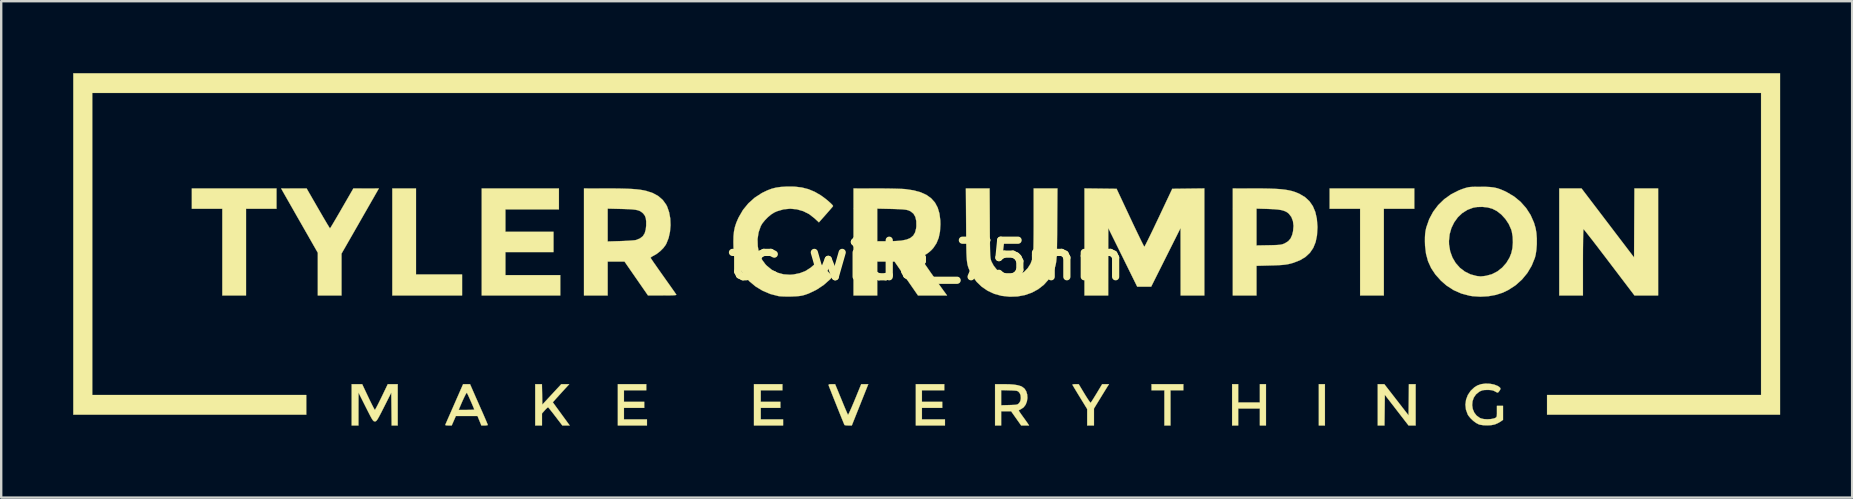
<source format=kicad_pcb>
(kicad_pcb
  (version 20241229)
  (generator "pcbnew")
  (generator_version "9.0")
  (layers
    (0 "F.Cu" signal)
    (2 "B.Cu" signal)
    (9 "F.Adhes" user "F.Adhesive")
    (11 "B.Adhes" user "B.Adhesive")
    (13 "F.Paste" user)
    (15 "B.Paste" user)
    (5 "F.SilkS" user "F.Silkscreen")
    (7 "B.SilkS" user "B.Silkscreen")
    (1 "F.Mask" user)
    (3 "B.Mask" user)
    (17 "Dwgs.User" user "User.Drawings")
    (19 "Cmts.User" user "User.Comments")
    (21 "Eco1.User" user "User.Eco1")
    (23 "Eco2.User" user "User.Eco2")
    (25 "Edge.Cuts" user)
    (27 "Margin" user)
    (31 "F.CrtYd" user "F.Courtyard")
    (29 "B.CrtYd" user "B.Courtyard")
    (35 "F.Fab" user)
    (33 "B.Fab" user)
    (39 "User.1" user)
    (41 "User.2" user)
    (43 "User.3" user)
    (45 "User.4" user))
  (footprint "tc_wide_75mm"
    (layer "F.Cu")
    (at 35.565 7.794)
    (property "Reference" "tc_wide_75mm" (at 0 0 0) (layer "F.SilkS") (effects (font (size 1.524 1.524) (thickness 0.3))))
    (attr through_hole)
    (fp_poly (pts (xy 16.595 6.886) (xy 16.341 6.886) (xy 16.341 5.165) (xy 16.595 5.165) (xy 16.595 6.886)) (stroke (width 0.01) (type solid)) (fill yes) (layer "F.SilkS"))
    (fp_poly (pts (xy -21.28 0.593) (xy -19.36 0.593) (xy -19.36 1.468) (xy -22.267 1.468) (xy -22.267 -2.992) (xy -21.28 -2.992) (xy -21.28 0.593)) (stroke (width 0.01) (type solid)) (fill yes) (layer "F.SilkS"))
    (fp_poly (pts (xy -27.093 -2.145) (xy -28.363 -2.145) (xy -28.363 1.468) (xy -29.351 1.468) (xy -29.351 -2.145) (xy -30.621 -2.145) (xy -30.621 -2.992) (xy -27.093 -2.992) (xy -27.093 -2.145)) (stroke (width 0.01) (type solid)) (fill yes) (layer "F.SilkS"))
    (fp_poly (pts (xy 10.696 5.419) (xy 10.16 5.419) (xy 10.16 6.886) (xy 9.906 6.886) (xy 9.906 5.419) (xy 9.37 5.419) (xy 9.37 5.165) (xy 10.696 5.165) (xy 10.696 5.419)) (stroke (width 0.01) (type solid)) (fill yes) (layer "F.SilkS"))
    (fp_poly (pts (xy 20.32 -2.145) (xy 19.05 -2.145) (xy 19.05 1.468) (xy 18.062 1.468) (xy 18.062 -2.145) (xy 16.792 -2.145) (xy 16.792 -2.992) (xy 20.32 -2.992) (xy 20.32 -2.145)) (stroke (width 0.01) (type solid)) (fill yes) (layer "F.SilkS"))
    (fp_poly (pts (xy -15.325 -2.117) (xy -17.554 -2.117) (xy -17.554 -1.185) (xy -15.55 -1.185) (xy -15.55 -0.339) (xy -17.554 -0.339) (xy -17.554 0.621) (xy -15.268 0.621) (xy -15.268 1.468) (xy -18.542 1.468) (xy -18.542 -2.992) (xy -15.325 -2.992) (xy -15.325 -2.117)) (stroke (width 0.01) (type solid)) (fill yes) (layer "F.SilkS"))
    (fp_poly (pts (xy -11.684 5.419) (xy -12.615 5.419) (xy -12.615 5.898) (xy -11.769 5.898) (xy -11.769 6.152) (xy -12.615 6.152) (xy -12.615 6.632) (xy -11.656 6.632) (xy -11.656 6.886) (xy -12.869 6.886) (xy -12.869 5.165) (xy -11.684 5.165) (xy -11.684 5.419)) (stroke (width 0.01) (type solid)) (fill yes) (layer "F.SilkS"))
    (fp_poly (pts (xy -6.011 5.419) (xy -6.914 5.419) (xy -6.914 5.898) (xy -6.096 5.898) (xy -6.096 6.152) (xy -6.914 6.152) (xy -6.914 6.632) (xy -5.983 6.632) (xy -5.983 6.886) (xy -7.197 6.886) (xy -7.197 5.165) (xy -6.011 5.165) (xy -6.011 5.419)) (stroke (width 0.01) (type solid)) (fill yes) (layer "F.SilkS"))
    (fp_poly (pts (xy 0.734 5.419) (xy -0.198 5.419) (xy -0.198 5.898) (xy 0.649 5.898) (xy 0.649 6.152) (xy -0.198 6.152) (xy -0.198 6.632) (xy 0.762 6.632) (xy 0.762 6.886) (xy -0.452 6.886) (xy -0.452 5.165) (xy 0.734 5.165) (xy 0.734 5.419)) (stroke (width 0.01) (type solid)) (fill yes) (layer "F.SilkS"))
    (fp_poly (pts (xy 12.982 5.927) (xy 13.885 5.927) (xy 13.885 5.165) (xy 14.139 5.165) (xy 14.139 6.886) (xy 13.885 6.886) (xy 13.885 6.181) (xy 12.982 6.181) (xy 12.982 6.886) (xy 12.728 6.886) (xy 12.728 5.165) (xy 12.982 5.165) (xy 12.982 5.927)) (stroke (width 0.01) (type solid)) (fill yes) (layer "F.SilkS"))
    (fp_poly (pts (xy 35.56 6.435) (xy 25.852 6.435) (xy 25.852 5.616) (xy 34.77 5.616) (xy 34.77 -6.971) (xy -34.77 -6.971) (xy -34.77 5.616) (xy -25.852 5.616) (xy -25.852 6.435) (xy -35.56 6.435) (xy -35.56 -7.789) (xy 35.56 -7.789) (xy 35.56 6.435)) (stroke (width 0.01) (type solid)) (fill yes) (layer "F.SilkS"))
    (fp_poly (pts (xy 19.575 5.814) (xy 20.08 6.464) (xy 20.088 5.814) (xy 20.095 5.165) (xy 20.376 5.165) (xy 20.376 6.886) (xy 20.228 6.886) (xy 20.08 6.886) (xy 19.092 5.608) (xy 19.085 6.247) (xy 19.077 6.886) (xy 18.796 6.886) (xy 18.796 5.165) (xy 19.071 5.165) (xy 19.575 5.814)) (stroke (width 0.01) (type solid)) (fill yes) (layer "F.SilkS"))
    (fp_poly (pts (xy -16.024 5.59) (xy -16.016 6.016) (xy -15.621 5.59) (xy -15.227 5.165) (xy -14.895 5.165) (xy -15.103 5.392) (xy -15.206 5.505) (xy -15.312 5.622) (xy -15.405 5.725) (xy -15.445 5.769) (xy -15.579 5.92) (xy -14.875 6.886) (xy -15.182 6.886) (xy -15.468 6.512) (xy -15.564 6.387) (xy -15.649 6.279) (xy -15.717 6.195) (xy -15.761 6.143) (xy -15.775 6.13) (xy -15.804 6.145) (xy -15.857 6.193) (xy -15.914 6.254) (xy -16.03 6.386) (xy -16.03 6.886) (xy -16.312 6.886) (xy -16.312 5.165) (xy -16.032 5.165) (xy -16.024 5.59)) (stroke (width 0.01) (type solid)) (fill yes) (layer "F.SilkS"))
    (fp_poly (pts (xy 28.383 -1.554) (xy 29.478 -0.116) (xy 29.485 -1.554) (xy 29.493 -2.992) (xy 30.48 -2.992) (xy 30.48 1.468) (xy 29.495 1.468) (xy 28.444 0.085) (xy 28.258 -0.16) (xy 28.081 -0.391) (xy 27.918 -0.605) (xy 27.77 -0.797) (xy 27.64 -0.963) (xy 27.533 -1.1) (xy 27.45 -1.204) (xy 27.395 -1.272) (xy 27.371 -1.298) (xy 27.371 -1.298) (xy 27.366 -1.271) (xy 27.362 -1.193) (xy 27.358 -1.069) (xy 27.354 -0.904) (xy 27.352 -0.705) (xy 27.349 -0.477) (xy 27.348 -0.224) (xy 27.347 0.047) (xy 27.347 0.085) (xy 27.347 1.468) (xy 26.36 1.468) (xy 26.36 -2.992) (xy 27.288 -2.992) (xy 28.383 -1.554)) (stroke (width 0.01) (type solid)) (fill yes) (layer "F.SilkS"))
    (fp_poly (pts (xy 7.554 5.232) (xy 7.525 5.278) (xy 7.473 5.362) (xy 7.402 5.477) (xy 7.319 5.612) (xy 7.24 5.741) (xy 6.971 6.181) (xy 6.971 6.886) (xy 6.689 6.886) (xy 6.689 6.202) (xy 6.385 5.706) (xy 6.293 5.556) (xy 6.212 5.422) (xy 6.145 5.311) (xy 6.098 5.231) (xy 6.074 5.191) (xy 6.072 5.187) (xy 6.092 5.174) (xy 6.152 5.166) (xy 6.199 5.165) (xy 6.336 5.165) (xy 6.573 5.559) (xy 6.654 5.69) (xy 6.726 5.801) (xy 6.783 5.884) (xy 6.821 5.931) (xy 6.833 5.939) (xy 6.855 5.911) (xy 6.9 5.843) (xy 6.962 5.744) (xy 7.037 5.622) (xy 7.084 5.545) (xy 7.313 5.165) (xy 7.598 5.165) (xy 7.554 5.232)) (stroke (width 0.01) (type solid)) (fill yes) (layer "F.SilkS"))
    (fp_poly (pts (xy 11.571 1.468) (xy 10.583 1.468) (xy 10.582 0.064) (xy 10.58 -1.341) (xy 9.968 -0.12) (xy 9.356 1.101) (xy 8.773 1.101) (xy 8.171 -0.12) (xy 7.568 -1.341) (xy 7.566 0.064) (xy 7.564 1.468) (xy 6.576 1.468) (xy 6.576 -2.993) (xy 7.245 -2.985) (xy 7.915 -2.977) (xy 8.48 -1.772) (xy 8.594 -1.529) (xy 8.702 -1.302) (xy 8.801 -1.096) (xy 8.888 -0.917) (xy 8.96 -0.769) (xy 9.017 -0.658) (xy 9.054 -0.587) (xy 9.07 -0.564) (xy 9.087 -0.588) (xy 9.125 -0.658) (xy 9.182 -0.77) (xy 9.255 -0.918) (xy 9.343 -1.097) (xy 9.442 -1.302) (xy 9.55 -1.529) (xy 9.664 -1.769) (xy 10.234 -2.977) (xy 10.902 -2.985) (xy 11.571 -2.993) (xy 11.571 1.468)) (stroke (width 0.01) (type solid)) (fill yes) (layer "F.SilkS"))
    (fp_poly (pts (xy -22.92 -2.829) (xy -22.953 -2.772) (xy -23.01 -2.672) (xy -23.089 -2.534) (xy -23.187 -2.363) (xy -23.3 -2.166) (xy -23.425 -1.948) (xy -23.559 -1.714) (xy -23.698 -1.47) (xy -24.384 -0.274) (xy -24.384 1.468) (xy -25.372 1.468) (xy -25.372 -0.311) (xy -26.101 -1.588) (xy -26.243 -1.835) (xy -26.376 -2.069) (xy -26.499 -2.285) (xy -26.609 -2.478) (xy -26.703 -2.643) (xy -26.778 -2.775) (xy -26.831 -2.869) (xy -26.86 -2.921) (xy -26.864 -2.928) (xy -26.898 -2.992) (xy -26.368 -2.991) (xy -25.837 -2.99) (xy -25.358 -2.158) (xy -25.244 -1.962) (xy -25.14 -1.782) (xy -25.047 -1.625) (xy -24.97 -1.495) (xy -24.911 -1.399) (xy -24.875 -1.341) (xy -24.864 -1.327) (xy -24.847 -1.351) (xy -24.805 -1.418) (xy -24.742 -1.523) (xy -24.661 -1.66) (xy -24.565 -1.823) (xy -24.458 -2.007) (xy -24.37 -2.16) (xy -23.89 -2.991) (xy -22.828 -2.992) (xy -22.92 -2.829)) (stroke (width 0.01) (type solid)) (fill yes) (layer "F.SilkS"))
    (fp_poly (pts (xy -22.042 6.886) (xy -22.295 6.886) (xy -22.302 6.202) (xy -22.31 5.517) (xy -22.613 6.117) (xy -22.709 6.307) (xy -22.784 6.451) (xy -22.842 6.558) (xy -22.885 6.631) (xy -22.919 6.678) (xy -22.946 6.704) (xy -22.971 6.715) (xy -22.994 6.717) (xy -23.02 6.714) (xy -23.045 6.702) (xy -23.073 6.674) (xy -23.107 6.625) (xy -23.152 6.548) (xy -23.211 6.438) (xy -23.287 6.289) (xy -23.374 6.117) (xy -23.675 5.517) (xy -23.677 6.202) (xy -23.678 6.886) (xy -23.961 6.886) (xy -23.961 5.165) (xy -23.742 5.165) (xy -23.523 5.165) (xy -23.269 5.701) (xy -23.193 5.86) (xy -23.123 6.001) (xy -23.065 6.115) (xy -23.022 6.195) (xy -22.997 6.234) (xy -22.994 6.237) (xy -22.976 6.213) (xy -22.938 6.145) (xy -22.883 6.041) (xy -22.816 5.908) (xy -22.74 5.755) (xy -22.714 5.701) (xy -22.456 5.165) (xy -22.042 5.165) (xy -22.042 6.886)) (stroke (width 0.01) (type solid)) (fill yes) (layer "F.SilkS"))
    (fp_poly (pts (xy -3.73 5.369) (xy -3.689 5.469) (xy -3.633 5.606) (xy -3.567 5.765) (xy -3.499 5.93) (xy -3.472 5.997) (xy -3.412 6.141) (xy -3.358 6.267) (xy -3.315 6.365) (xy -3.287 6.425) (xy -3.278 6.44) (xy -3.263 6.421) (xy -3.23 6.356) (xy -3.181 6.252) (xy -3.121 6.116) (xy -3.053 5.955) (xy -2.993 5.812) (xy -2.728 5.165) (xy -2.433 5.165) (xy -2.776 6.025) (xy -3.119 6.885) (xy -3.265 6.886) (xy -3.35 6.882) (xy -3.409 6.873) (xy -3.425 6.865) (xy -3.439 6.833) (xy -3.471 6.756) (xy -3.517 6.643) (xy -3.575 6.5) (xy -3.641 6.337) (xy -3.712 6.16) (xy -3.784 5.978) (xy -3.856 5.799) (xy -3.923 5.631) (xy -3.982 5.48) (xy -4.031 5.356) (xy -4.066 5.266) (xy -4.084 5.218) (xy -4.085 5.214) (xy -4.085 5.185) (xy -4.057 5.17) (xy -3.989 5.165) (xy -3.957 5.165) (xy -3.815 5.165) (xy -3.73 5.369)) (stroke (width 0.01) (type solid)) (fill yes) (layer "F.SilkS"))
    (fp_poly (pts (xy 3.453 5.169) (xy 3.646 5.184) (xy 3.801 5.21) (xy 3.926 5.248) (xy 3.967 5.266) (xy 4.074 5.346) (xy 4.148 5.459) (xy 4.189 5.595) (xy 4.199 5.741) (xy 4.176 5.887) (xy 4.123 6.022) (xy 4.039 6.132) (xy 3.926 6.208) (xy 3.923 6.209) (xy 3.865 6.238) (xy 3.838 6.262) (xy 3.838 6.264) (xy 3.854 6.294) (xy 3.896 6.358) (xy 3.958 6.446) (xy 4.004 6.51) (xy 4.081 6.616) (xy 4.15 6.713) (xy 4.202 6.786) (xy 4.219 6.811) (xy 4.268 6.886) (xy 4.103 6.886) (xy 3.937 6.885) (xy 3.519 6.294) (xy 3.104 6.294) (xy 3.104 6.886) (xy 2.85 6.886) (xy 2.85 6.044) (xy 3.104 6.044) (xy 3.446 6.035) (xy 3.59 6.03) (xy 3.689 6.025) (xy 3.754 6.015) (xy 3.796 6) (xy 3.828 5.976) (xy 3.855 5.946) (xy 3.902 5.872) (xy 3.921 5.781) (xy 3.923 5.729) (xy 3.913 5.622) (xy 3.879 5.544) (xy 3.855 5.512) (xy 3.824 5.479) (xy 3.792 5.456) (xy 3.747 5.441) (xy 3.678 5.433) (xy 3.575 5.427) (xy 3.446 5.423) (xy 3.104 5.414) (xy 3.104 6.044) (xy 2.85 6.044) (xy 2.85 5.165) (xy 3.213 5.165) (xy 3.453 5.169)) (stroke (width 0.01) (type solid)) (fill yes) (layer "F.SilkS"))
    (fp_poly (pts (xy -18.907 5.44) (xy -18.858 5.552) (xy -18.792 5.703) (xy -18.714 5.879) (xy -18.631 6.068) (xy -18.548 6.256) (xy -18.537 6.279) (xy -18.464 6.445) (xy -18.4 6.594) (xy -18.347 6.717) (xy -18.309 6.808) (xy -18.29 6.858) (xy -18.288 6.865) (xy -18.313 6.877) (xy -18.378 6.885) (xy -18.422 6.886) (xy -18.556 6.886) (xy -18.718 6.491) (xy -19.618 6.491) (xy -19.705 6.689) (xy -19.792 6.886) (xy -19.931 6.886) (xy -20.009 6.882) (xy -20.055 6.871) (xy -20.061 6.862) (xy -20.048 6.832) (xy -20.015 6.756) (xy -19.965 6.64) (xy -19.9 6.493) (xy -19.823 6.318) (xy -19.788 6.237) (xy -19.502 6.237) (xy -19.177 6.237) (xy -19.05 6.236) (xy -18.945 6.232) (xy -18.876 6.227) (xy -18.852 6.221) (xy -18.863 6.188) (xy -18.893 6.116) (xy -18.935 6.016) (xy -18.985 5.901) (xy -19.037 5.784) (xy -19.086 5.675) (xy -19.127 5.588) (xy -19.154 5.534) (xy -19.161 5.523) (xy -19.18 5.539) (xy -19.218 5.603) (xy -19.272 5.711) (xy -19.341 5.859) (xy -19.421 6.044) (xy -19.464 6.145) (xy -19.502 6.237) (xy -19.788 6.237) (xy -19.738 6.124) (xy -19.685 6.002) (xy -19.318 5.166) (xy -19.173 5.165) (xy -19.028 5.165) (xy -18.907 5.44)) (stroke (width 0.01) (type solid)) (fill yes) (layer "F.SilkS"))
    (fp_poly (pts (xy 13.638 -2.991) (xy 13.985 -2.99) (xy 14.281 -2.985) (xy 14.534 -2.975) (xy 14.75 -2.961) (xy 14.935 -2.94) (xy 15.095 -2.913) (xy 15.238 -2.879) (xy 15.368 -2.837) (xy 15.493 -2.785) (xy 15.54 -2.764) (xy 15.766 -2.629) (xy 15.95 -2.459) (xy 16.093 -2.253) (xy 16.196 -2.009) (xy 16.259 -1.727) (xy 16.284 -1.403) (xy 16.284 -1.356) (xy 16.265 -1.036) (xy 16.208 -0.756) (xy 16.11 -0.515) (xy 15.971 -0.31) (xy 15.788 -0.14) (xy 15.561 -0.002) (xy 15.288 0.105) (xy 15.154 0.143) (xy 15.053 0.166) (xy 14.947 0.183) (xy 14.824 0.196) (xy 14.673 0.206) (xy 14.483 0.214) (xy 14.33 0.218) (xy 13.744 0.233) (xy 13.744 1.468) (xy 12.756 1.468) (xy 12.756 -0.616) (xy 13.744 -0.616) (xy 14.259 -0.625) (xy 14.444 -0.629) (xy 14.582 -0.634) (xy 14.685 -0.641) (xy 14.762 -0.651) (xy 14.823 -0.665) (xy 14.879 -0.685) (xy 14.934 -0.71) (xy 15.065 -0.792) (xy 15.162 -0.903) (xy 15.229 -1.051) (xy 15.268 -1.211) (xy 15.287 -1.43) (xy 15.263 -1.629) (xy 15.198 -1.8) (xy 15.094 -1.936) (xy 15.071 -1.957) (xy 14.991 -2.014) (xy 14.896 -2.057) (xy 14.779 -2.09) (xy 14.631 -2.113) (xy 14.443 -2.128) (xy 14.217 -2.138) (xy 13.744 -2.151) (xy 13.744 -0.616) (xy 12.756 -0.616) (xy 12.756 -2.992) (xy 13.638 -2.991)) (stroke (width 0.01) (type solid)) (fill yes) (layer "F.SilkS"))
    (fp_poly (pts (xy 23.468 5.146) (xy 23.646 5.18) (xy 23.798 5.24) (xy 23.86 5.281) (xy 23.903 5.323) (xy 23.912 5.363) (xy 23.885 5.418) (xy 23.837 5.483) (xy 23.81 5.512) (xy 23.779 5.515) (xy 23.727 5.491) (xy 23.689 5.469) (xy 23.614 5.433) (xy 23.531 5.413) (xy 23.421 5.405) (xy 23.368 5.405) (xy 23.247 5.408) (xy 23.16 5.421) (xy 23.084 5.45) (xy 23.023 5.483) (xy 22.891 5.59) (xy 22.799 5.724) (xy 22.746 5.877) (xy 22.732 6.038) (xy 22.756 6.198) (xy 22.817 6.346) (xy 22.914 6.472) (xy 23.047 6.568) (xy 23.1 6.591) (xy 23.219 6.619) (xy 23.366 6.628) (xy 23.516 6.618) (xy 23.645 6.591) (xy 23.686 6.575) (xy 23.723 6.554) (xy 23.746 6.528) (xy 23.758 6.483) (xy 23.763 6.405) (xy 23.763 6.303) (xy 23.763 6.068) (xy 24.017 6.068) (xy 24.017 6.653) (xy 23.907 6.729) (xy 23.808 6.786) (xy 23.695 6.835) (xy 23.663 6.846) (xy 23.525 6.873) (xy 23.363 6.882) (xy 23.198 6.876) (xy 23.054 6.853) (xy 23.009 6.84) (xy 22.896 6.781) (xy 22.773 6.69) (xy 22.659 6.58) (xy 22.57 6.469) (xy 22.546 6.428) (xy 22.472 6.225) (xy 22.45 6.016) (xy 22.477 5.811) (xy 22.551 5.616) (xy 22.668 5.442) (xy 22.825 5.295) (xy 22.95 5.218) (xy 23.104 5.164) (xy 23.282 5.14) (xy 23.468 5.146)) (stroke (width 0.01) (type solid)) (fill yes) (layer "F.SilkS"))
    (fp_poly (pts (xy -2.095 -2.991) (xy -1.855 -2.99) (xy -1.62 -2.988) (xy -1.399 -2.984) (xy -1.203 -2.979) (xy -1.04 -2.973) (xy -0.919 -2.966) (xy -0.875 -2.962) (xy -0.538 -2.911) (xy -0.249 -2.831) (xy -0.007 -2.721) (xy 0.191 -2.578) (xy 0.346 -2.403) (xy 0.459 -2.192) (xy 0.533 -1.944) (xy 0.569 -1.658) (xy 0.573 -1.496) (xy 0.555 -1.195) (xy 0.501 -0.934) (xy 0.409 -0.708) (xy 0.279 -0.512) (xy 0.186 -0.411) (xy 0.087 -0.325) (xy -0.024 -0.247) (xy -0.107 -0.2) (xy -0.187 -0.159) (xy -0.24 -0.124) (xy -0.254 -0.107) (xy -0.238 -0.08) (xy -0.195 -0.014) (xy -0.127 0.086) (xy -0.041 0.211) (xy 0.059 0.356) (xy 0.169 0.515) (xy 0.285 0.679) (xy 0.401 0.844) (xy 0.513 1.003) (xy 0.616 1.148) (xy 0.706 1.273) (xy 0.779 1.372) (xy 0.782 1.376) (xy 0.85 1.468) (xy -0.362 1.468) (xy -0.851 0.762) (xy -1.339 0.056) (xy -2.06 0.056) (xy -2.06 1.468) (xy -3.048 1.468) (xy -3.048 -0.79) (xy -2.06 -0.79) (xy -1.658 -0.791) (xy -1.491 -0.793) (xy -1.323 -0.799) (xy -1.172 -0.808) (xy -1.057 -0.818) (xy -1.046 -0.819) (xy -0.838 -0.861) (xy -0.677 -0.929) (xy -0.56 -1.027) (xy -0.482 -1.16) (xy -0.439 -1.331) (xy -0.43 -1.421) (xy -0.433 -1.634) (xy -0.472 -1.805) (xy -0.549 -1.938) (xy -0.665 -2.034) (xy -0.755 -2.076) (xy -0.817 -2.094) (xy -0.896 -2.108) (xy -1.001 -2.119) (xy -1.141 -2.127) (xy -1.323 -2.134) (xy -1.475 -2.138) (xy -2.06 -2.151) (xy -2.06 -0.79) (xy -3.048 -0.79) (xy -3.048 -2.992) (xy -2.095 -2.991)) (stroke (width 0.01) (type solid)) (fill yes) (layer "F.SilkS"))
    (fp_poly (pts (xy -13.342 -2.991) (xy -13.004 -2.99) (xy -12.716 -2.986) (xy -12.471 -2.979) (xy -12.264 -2.969) (xy -12.087 -2.955) (xy -11.934 -2.937) (xy -11.799 -2.914) (xy -11.684 -2.889) (xy -11.411 -2.799) (xy -11.182 -2.673) (xy -10.997 -2.512) (xy -10.855 -2.316) (xy -10.814 -2.236) (xy -10.732 -1.999) (xy -10.684 -1.737) (xy -10.673 -1.462) (xy -10.696 -1.188) (xy -10.753 -0.928) (xy -10.844 -0.698) (xy -10.876 -0.639) (xy -10.972 -0.509) (xy -11.103 -0.378) (xy -11.249 -0.264) (xy -11.374 -0.192) (xy -11.449 -0.151) (xy -11.495 -0.115) (xy -11.503 -0.097) (xy -11.484 -0.068) (xy -11.437 0.002) (xy -11.366 0.106) (xy -11.273 0.239) (xy -11.164 0.395) (xy -11.042 0.568) (xy -10.973 0.665) (xy -10.846 0.845) (xy -10.728 1.011) (xy -10.624 1.158) (xy -10.539 1.279) (xy -10.476 1.369) (xy -10.44 1.422) (xy -10.432 1.432) (xy -10.436 1.444) (xy -10.468 1.453) (xy -10.533 1.46) (xy -10.638 1.464) (xy -10.787 1.466) (xy -10.987 1.467) (xy -11.012 1.467) (xy -11.613 1.467) (xy -12.591 0.056) (xy -13.293 0.056) (xy -13.293 1.468) (xy -14.28 1.468) (xy -14.28 -0.782) (xy -13.293 -0.782) (xy -12.749 -0.798) (xy -12.573 -0.805) (xy -12.409 -0.814) (xy -12.269 -0.824) (xy -12.163 -0.834) (xy -12.104 -0.845) (xy -11.946 -0.91) (xy -11.829 -1.001) (xy -11.75 -1.125) (xy -11.705 -1.288) (xy -11.689 -1.441) (xy -11.688 -1.618) (xy -11.705 -1.753) (xy -11.744 -1.857) (xy -11.809 -1.943) (xy -11.84 -1.973) (xy -11.899 -2.019) (xy -11.963 -2.056) (xy -12.04 -2.083) (xy -12.137 -2.103) (xy -12.264 -2.118) (xy -12.428 -2.128) (xy -12.637 -2.135) (xy -12.721 -2.137) (xy -13.293 -2.151) (xy -13.293 -0.782) (xy -14.28 -0.782) (xy -14.28 -2.992) (xy -13.342 -2.991)) (stroke (width 0.01) (type solid)) (fill yes) (layer "F.SilkS"))
    (fp_poly (pts (xy 2.631 -1.545) (xy 2.632 -1.222) (xy 2.634 -0.951) (xy 2.636 -0.726) (xy 2.639 -0.542) (xy 2.642 -0.395) (xy 2.645 -0.278) (xy 2.65 -0.188) (xy 2.657 -0.118) (xy 2.664 -0.065) (xy 2.674 -0.022) (xy 2.685 0.015) (xy 2.699 0.051) (xy 2.704 0.062) (xy 2.79 0.224) (xy 2.909 0.375) (xy 3.046 0.5) (xy 3.154 0.567) (xy 3.276 0.607) (xy 3.431 0.63) (xy 3.597 0.635) (xy 3.755 0.622) (xy 3.884 0.59) (xy 3.902 0.583) (xy 4.067 0.48) (xy 4.211 0.331) (xy 4.327 0.148) (xy 4.409 -0.061) (xy 4.427 -0.135) (xy 4.436 -0.209) (xy 4.444 -0.338) (xy 4.45 -0.522) (xy 4.454 -0.762) (xy 4.457 -1.055) (xy 4.459 -1.403) (xy 4.459 -1.638) (xy 4.459 -2.992) (xy 5.45 -2.992) (xy 5.439 -1.503) (xy 5.437 -1.155) (xy 5.434 -0.858) (xy 5.431 -0.608) (xy 5.426 -0.397) (xy 5.42 -0.223) (xy 5.411 -0.078) (xy 5.4 0.042) (xy 5.385 0.142) (xy 5.366 0.228) (xy 5.343 0.305) (xy 5.315 0.378) (xy 5.282 0.453) (xy 5.242 0.534) (xy 5.233 0.553) (xy 5.077 0.807) (xy 4.881 1.025) (xy 4.648 1.207) (xy 4.385 1.35) (xy 4.096 1.451) (xy 3.786 1.509) (xy 3.461 1.52) (xy 3.125 1.484) (xy 3.119 1.483) (xy 2.821 1.402) (xy 2.544 1.274) (xy 2.295 1.105) (xy 2.081 0.899) (xy 1.908 0.661) (xy 1.848 0.55) (xy 1.807 0.467) (xy 1.773 0.393) (xy 1.744 0.322) (xy 1.72 0.25) (xy 1.7 0.171) (xy 1.685 0.08) (xy 1.673 -0.029) (xy 1.664 -0.161) (xy 1.657 -0.32) (xy 1.653 -0.513) (xy 1.649 -0.744) (xy 1.647 -1.02) (xy 1.645 -1.344) (xy 1.644 -1.489) (xy 1.634 -2.992) (xy 2.622 -2.992) (xy 2.631 -1.545)) (stroke (width 0.01) (type solid)) (fill yes) (layer "F.SilkS"))
    (fp_poly (pts (xy -5.502 -3.067) (xy -5.201 -3.031) (xy -4.925 -2.96) (xy -4.664 -2.851) (xy -4.421 -2.71) (xy -4.317 -2.637) (xy -4.207 -2.554) (xy -4.103 -2.467) (xy -4.011 -2.386) (xy -3.942 -2.318) (xy -3.904 -2.271) (xy -3.901 -2.256) (xy -3.921 -2.229) (xy -3.973 -2.167) (xy -4.049 -2.078) (xy -4.143 -1.971) (xy -4.2 -1.906) (xy -4.491 -1.578) (xy -4.672 -1.746) (xy -4.897 -1.921) (xy -5.146 -2.046) (xy -5.412 -2.122) (xy -5.686 -2.147) (xy -5.962 -2.121) (xy -6.232 -2.042) (xy -6.357 -1.986) (xy -6.481 -1.907) (xy -6.615 -1.795) (xy -6.741 -1.666) (xy -6.847 -1.535) (xy -6.911 -1.427) (xy -7.004 -1.162) (xy -7.047 -0.879) (xy -7.038 -0.588) (xy -7.014 -0.442) (xy -6.948 -0.208) (xy -6.853 -0.011) (xy -6.723 0.165) (xy -6.663 0.228) (xy -6.455 0.398) (xy -6.221 0.518) (xy -5.966 0.587) (xy -5.693 0.605) (xy -5.547 0.593) (xy -5.283 0.539) (xy -5.05 0.448) (xy -4.836 0.312) (xy -4.691 0.187) (xy -4.541 0.046) (xy -4.226 0.361) (xy -3.91 0.676) (xy -4.036 0.806) (xy -4.299 1.037) (xy -4.597 1.233) (xy -4.919 1.387) (xy -5.066 1.439) (xy -5.172 1.469) (xy -5.284 1.489) (xy -5.417 1.502) (xy -5.587 1.51) (xy -5.644 1.512) (xy -5.8 1.513) (xy -5.949 1.511) (xy -6.074 1.505) (xy -6.161 1.497) (xy -6.167 1.496) (xy -6.511 1.408) (xy -6.834 1.272) (xy -7.13 1.093) (xy -7.393 0.874) (xy -7.618 0.619) (xy -7.801 0.332) (xy -7.847 0.24) (xy -7.932 0.043) (xy -7.991 -0.138) (xy -8.029 -0.32) (xy -8.049 -0.523) (xy -8.054 -0.762) (xy -8.049 -1) (xy -8.029 -1.2) (xy -7.992 -1.381) (xy -7.934 -1.559) (xy -7.85 -1.754) (xy -7.831 -1.792) (xy -7.654 -2.097) (xy -7.431 -2.369) (xy -7.17 -2.604) (xy -6.875 -2.796) (xy -6.835 -2.817) (xy -6.637 -2.912) (xy -6.458 -2.98) (xy -6.278 -3.026) (xy -6.08 -3.054) (xy -5.844 -3.069) (xy -5.839 -3.069) (xy -5.502 -3.067)) (stroke (width 0.01) (type solid)) (fill yes) (layer "F.SilkS"))
    (fp_poly (pts (xy 23.299 -3.059) (xy 23.484 -3.05) (xy 23.639 -3.031) (xy 23.779 -3) (xy 23.917 -2.953) (xy 24.067 -2.889) (xy 24.172 -2.838) (xy 24.479 -2.656) (xy 24.749 -2.434) (xy 24.98 -2.174) (xy 25.168 -1.882) (xy 25.309 -1.562) (xy 25.374 -1.339) (xy 25.408 -1.14) (xy 25.425 -0.91) (xy 25.425 -0.668) (xy 25.408 -0.433) (xy 25.376 -0.222) (xy 25.344 -0.099) (xy 25.21 0.231) (xy 25.029 0.535) (xy 24.804 0.807) (xy 24.54 1.043) (xy 24.242 1.238) (xy 24.008 1.351) (xy 23.72 1.444) (xy 23.404 1.501) (xy 23.073 1.519) (xy 22.745 1.498) (xy 22.63 1.48) (xy 22.284 1.389) (xy 21.961 1.247) (xy 21.663 1.055) (xy 21.429 0.851) (xy 21.2 0.595) (xy 21.023 0.329) (xy 20.893 0.044) (xy 20.809 -0.265) (xy 20.768 -0.605) (xy 20.763 -0.776) (xy 20.763 -0.805) (xy 21.764 -0.805) (xy 21.768 -0.651) (xy 21.816 -0.369) (xy 21.91 -0.111) (xy 22.046 0.118) (xy 22.219 0.314) (xy 22.425 0.472) (xy 22.66 0.588) (xy 22.919 0.657) (xy 23.072 0.674) (xy 23.128 0.671) (xy 23.219 0.661) (xy 23.312 0.648) (xy 23.553 0.583) (xy 23.779 0.467) (xy 23.981 0.309) (xy 24.154 0.114) (xy 24.29 -0.113) (xy 24.363 -0.296) (xy 24.41 -0.506) (xy 24.428 -0.741) (xy 24.419 -0.978) (xy 24.382 -1.198) (xy 24.358 -1.28) (xy 24.257 -1.507) (xy 24.117 -1.718) (xy 23.948 -1.903) (xy 23.758 -2.051) (xy 23.567 -2.148) (xy 23.374 -2.2) (xy 23.156 -2.223) (xy 22.937 -2.217) (xy 22.775 -2.19) (xy 22.535 -2.1) (xy 22.32 -1.965) (xy 22.134 -1.789) (xy 21.982 -1.579) (xy 21.866 -1.341) (xy 21.792 -1.081) (xy 21.764 -0.805) (xy 20.763 -0.805) (xy 20.764 -0.956) (xy 20.772 -1.097) (xy 20.788 -1.218) (xy 20.813 -1.338) (xy 20.824 -1.378) (xy 20.941 -1.713) (xy 21.106 -2.021) (xy 21.316 -2.299) (xy 21.566 -2.542) (xy 21.854 -2.748) (xy 22.174 -2.911) (xy 22.324 -2.968) (xy 22.424 -3.002) (xy 22.506 -3.026) (xy 22.584 -3.043) (xy 22.668 -3.053) (xy 22.772 -3.058) (xy 22.908 -3.061) (xy 23.072 -3.061) (xy 23.299 -3.059)) (stroke (width 0.01) (type solid)) (fill yes) (layer "F.SilkS")))
  (gr_rect
    (start -3 -3)
    (end 74.13 17.686)
    (stroke (width 0.1) (type default))
    (fill no)
    (layer "Edge.Cuts")))
</source>
